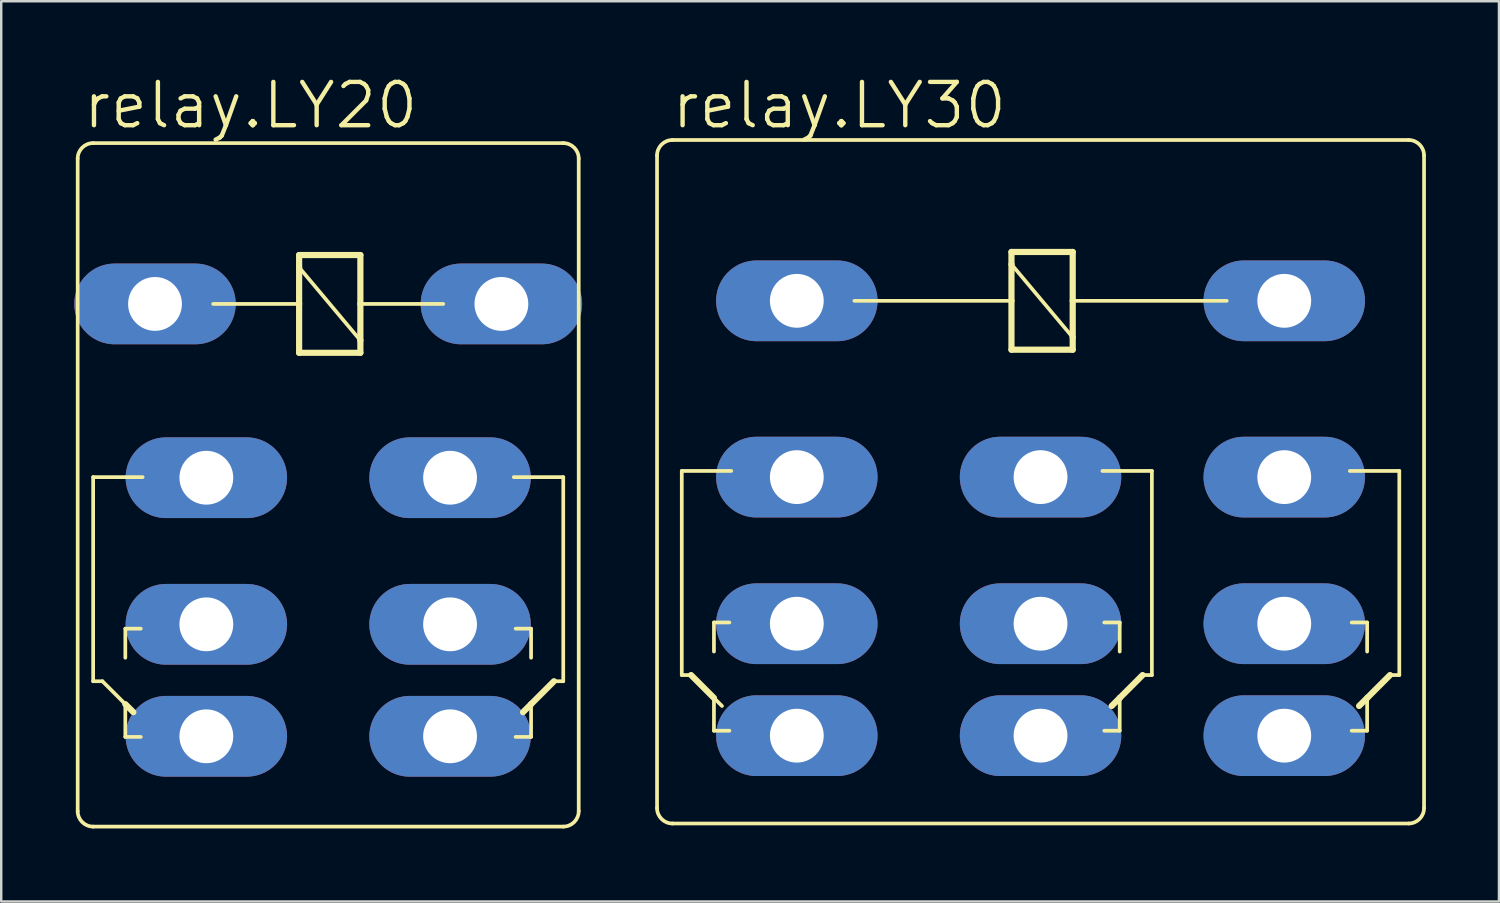
<source format=kicad_pcb>
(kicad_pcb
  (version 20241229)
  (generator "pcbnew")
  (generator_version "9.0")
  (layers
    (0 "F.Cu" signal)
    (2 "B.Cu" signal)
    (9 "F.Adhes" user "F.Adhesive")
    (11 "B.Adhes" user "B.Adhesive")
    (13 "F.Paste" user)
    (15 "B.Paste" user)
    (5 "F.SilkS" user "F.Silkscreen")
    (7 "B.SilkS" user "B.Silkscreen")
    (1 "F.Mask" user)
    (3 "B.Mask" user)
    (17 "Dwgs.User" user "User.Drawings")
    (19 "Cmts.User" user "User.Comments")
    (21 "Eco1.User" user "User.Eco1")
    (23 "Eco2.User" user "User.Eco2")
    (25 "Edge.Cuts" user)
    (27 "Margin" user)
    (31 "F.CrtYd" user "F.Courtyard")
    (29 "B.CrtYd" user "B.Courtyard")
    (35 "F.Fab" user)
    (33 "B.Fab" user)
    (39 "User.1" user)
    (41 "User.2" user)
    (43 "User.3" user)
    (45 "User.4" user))
  (footprint "relay.LY30"
    (layer "F.Cu")
    (at 39.678 9.303)
    (property "Reference" "relay.LY30" (at -15.24 -6.985 0) (layer "F.SilkS") (effects (font (size 1.778 1.778) (thickness 0.18)) (justify left bottom)))
    (attr through_hole)
    (fp_line (start -15.748 20.828) (end -15.748 -5.969) (stroke (width 0.152) (type default)) (layer "F.SilkS"))
    (fp_line (start -15.113 -6.604) (end 15.113 -6.604) (stroke (width 0.152) (type default)) (layer "F.SilkS"))
    (fp_line (start -14.732 6.985) (end -12.7 6.985) (stroke (width 0.152) (type default)) (layer "F.SilkS"))
    (fp_line (start -14.732 15.367) (end -14.732 6.985) (stroke (width 0.152) (type default)) (layer "F.SilkS"))
    (fp_line (start -14.732 15.367) (end -14.351 15.367) (stroke (width 0.152) (type default)) (layer "F.SilkS"))
    (fp_line (start -13.411 13.208) (end -12.776 13.208) (stroke (width 0.152) (type default)) (layer "F.SilkS"))
    (fp_line (start -13.411 14.402) (end -13.411 13.208) (stroke (width 0.152) (type default)) (layer "F.SilkS"))
    (fp_line (start -13.411 16.307) (end -14.351 15.367) (stroke (width 0.254) (type default)) (layer "F.SilkS"))
    (fp_line (start -13.411 16.307) (end -13.411 17.653) (stroke (width 0.152) (type default)) (layer "F.SilkS"))
    (fp_line (start -13.411 17.653) (end -12.776 17.653) (stroke (width 0.152) (type default)) (layer "F.SilkS"))
    (fp_line (start -13.081 16.637) (end -13.411 16.307) (stroke (width 0.152) (type default)) (layer "F.SilkS"))
    (fp_line (start -7.645 0) (end -1.194 0) (stroke (width 0.152) (type default)) (layer "F.SilkS"))
    (fp_line (start -1.194 -2.007) (end 1.321 -2.007) (stroke (width 0.254) (type default)) (layer "F.SilkS"))
    (fp_line (start -1.194 -1.499) (end -1.194 -2.007) (stroke (width 0.254) (type default)) (layer "F.SilkS"))
    (fp_line (start -1.194 -1.499) (end 1.321 1.499) (stroke (width 0.152) (type default)) (layer "F.SilkS"))
    (fp_line (start -1.194 0) (end -1.194 -1.499) (stroke (width 0.254) (type default)) (layer "F.SilkS"))
    (fp_line (start -1.194 2.007) (end -1.194 0) (stroke (width 0.254) (type default)) (layer "F.SilkS"))
    (fp_line (start 1.321 -2.007) (end 1.321 0) (stroke (width 0.254) (type default)) (layer "F.SilkS"))
    (fp_line (start 1.321 0) (end 1.321 1.499) (stroke (width 0.254) (type default)) (layer "F.SilkS"))
    (fp_line (start 1.321 0) (end 7.645 0) (stroke (width 0.152) (type default)) (layer "F.SilkS"))
    (fp_line (start 1.321 1.499) (end 1.321 2.007) (stroke (width 0.254) (type default)) (layer "F.SilkS"))
    (fp_line (start 1.321 2.007) (end -1.194 2.007) (stroke (width 0.254) (type default)) (layer "F.SilkS"))
    (fp_line (start 2.921 16.637) (end 3.251 16.307) (stroke (width 0.254) (type default)) (layer "F.SilkS"))
    (fp_line (start 3.251 13.208) (end 2.616 13.208) (stroke (width 0.152) (type default)) (layer "F.SilkS"))
    (fp_line (start 3.251 14.402) (end 3.251 13.208) (stroke (width 0.152) (type default)) (layer "F.SilkS"))
    (fp_line (start 3.251 16.307) (end 3.251 17.653) (stroke (width 0.152) (type default)) (layer "F.SilkS"))
    (fp_line (start 3.251 16.307) (end 4.191 15.367) (stroke (width 0.254) (type default)) (layer "F.SilkS"))
    (fp_line (start 3.251 17.653) (end 2.616 17.653) (stroke (width 0.152) (type default)) (layer "F.SilkS"))
    (fp_line (start 4.572 6.985) (end 2.54 6.985) (stroke (width 0.152) (type default)) (layer "F.SilkS"))
    (fp_line (start 4.572 15.367) (end 4.191 15.367) (stroke (width 0.152) (type default)) (layer "F.SilkS"))
    (fp_line (start 4.572 15.367) (end 4.572 6.985) (stroke (width 0.152) (type default)) (layer "F.SilkS"))
    (fp_line (start 13.081 16.637) (end 13.411 16.307) (stroke (width 0.254) (type default)) (layer "F.SilkS"))
    (fp_line (start 13.411 13.208) (end 12.776 13.208) (stroke (width 0.152) (type default)) (layer "F.SilkS"))
    (fp_line (start 13.411 14.402) (end 13.411 13.208) (stroke (width 0.152) (type default)) (layer "F.SilkS"))
    (fp_line (start 13.411 16.307) (end 13.411 17.653) (stroke (width 0.152) (type default)) (layer "F.SilkS"))
    (fp_line (start 13.411 16.307) (end 14.351 15.367) (stroke (width 0.254) (type default)) (layer "F.SilkS"))
    (fp_line (start 13.411 17.653) (end 12.776 17.653) (stroke (width 0.152) (type default)) (layer "F.SilkS"))
    (fp_line (start 14.732 6.985) (end 12.7 6.985) (stroke (width 0.152) (type default)) (layer "F.SilkS"))
    (fp_line (start 14.732 15.367) (end 14.351 15.367) (stroke (width 0.152) (type default)) (layer "F.SilkS"))
    (fp_line (start 14.732 15.367) (end 14.732 6.985) (stroke (width 0.152) (type default)) (layer "F.SilkS"))
    (fp_line (start 15.113 21.463) (end -15.113 21.463) (stroke (width 0.152) (type default)) (layer "F.SilkS"))
    (fp_line (start 15.748 -5.969) (end 15.748 20.828) (stroke (width 0.152) (type default)) (layer "F.SilkS"))
    (fp_arc (start -15.748 -5.969) (mid -15.562013 -6.418013) (end -15.113 -6.604) (stroke (width 0.1524) (type default)) (layer "F.SilkS"))
    (fp_arc (start -15.113 21.463) (mid -15.562013 21.277013) (end -15.748 20.828) (stroke (width 0.1524) (type default)) (layer "F.SilkS"))
    (fp_arc (start 15.113 -6.604) (mid 15.562013 -6.418013) (end 15.748 -5.969) (stroke (width 0.1524) (type default)) (layer "F.SilkS"))
    (fp_arc (start 15.748 20.828) (mid 15.562013 21.277013) (end 15.113 21.463) (stroke (width 0.1524) (type default)) (layer "F.SilkS"))
    (pad "1" thru_hole oval (at -10.008 0) (size 6.629 3.315) (drill 2.21) (layers "*.Cu" "*.Mask"))
    (pad "2" thru_hole oval (at 10.008 0) (size 6.629 3.315) (drill 2.21) (layers "*.Cu" "*.Mask"))
    (pad "O1" thru_hole oval (at -10.008 17.856) (size 6.629 3.315) (drill 2.21) (layers "*.Cu" "*.Mask"))
    (pad "O2" thru_hole oval (at 0 17.856) (size 6.629 3.315) (drill 2.21) (layers "*.Cu" "*.Mask"))
    (pad "O3" thru_hole oval (at 10.008 17.856) (size 6.629 3.315) (drill 2.21) (layers "*.Cu" "*.Mask"))
    (pad "P1" thru_hole oval (at -10.008 7.239) (size 6.629 3.315) (drill 2.21) (layers "*.Cu" "*.Mask"))
    (pad "P2" thru_hole oval (at 0 7.239) (size 6.629 3.315) (drill 2.21) (layers "*.Cu" "*.Mask"))
    (pad "P3" thru_hole oval (at 10.008 7.239) (size 6.629 3.315) (drill 2.21) (layers "*.Cu" "*.Mask"))
    (pad "S1" thru_hole oval (at -10.008 13.259) (size 6.629 3.315) (drill 2.21) (layers "*.Cu" "*.Mask"))
    (pad "S2" thru_hole oval (at 0 13.259) (size 6.629 3.315) (drill 2.21) (layers "*.Cu" "*.Mask"))
    (pad "S3" thru_hole oval (at 10.008 13.259) (size 6.629 3.315) (drill 2.21) (layers "*.Cu" "*.Mask")))
  (footprint "relay.LY20"
    (layer "F.Cu")
    (at 10.427 9.43)
    (property "Reference" "relay.LY20" (at -10.16 -7.112 0) (layer "F.SilkS") (effects (font (size 1.778 1.778) (thickness 0.18)) (justify left bottom)))
    (attr through_hole)
    (fp_line (start -10.287 20.828) (end -10.287 -5.969) (stroke (width 0.152) (type default)) (layer "F.SilkS"))
    (fp_line (start -9.652 -6.604) (end 9.652 -6.604) (stroke (width 0.152) (type default)) (layer "F.SilkS"))
    (fp_line (start -9.652 7.112) (end -7.62 7.112) (stroke (width 0.152) (type default)) (layer "F.SilkS"))
    (fp_line (start -9.652 15.494) (end -9.652 7.112) (stroke (width 0.152) (type default)) (layer "F.SilkS"))
    (fp_line (start -9.652 15.494) (end -9.271 15.494) (stroke (width 0.152) (type default)) (layer "F.SilkS"))
    (fp_line (start -8.331 13.335) (end -7.696 13.335) (stroke (width 0.152) (type default)) (layer "F.SilkS"))
    (fp_line (start -8.331 14.529) (end -8.331 13.335) (stroke (width 0.152) (type default)) (layer "F.SilkS"))
    (fp_line (start -8.331 16.434) (end -9.271 15.494) (stroke (width 0.152) (type default)) (layer "F.SilkS"))
    (fp_line (start -8.331 16.434) (end -8.331 17.78) (stroke (width 0.152) (type default)) (layer "F.SilkS"))
    (fp_line (start -8.331 17.78) (end -7.696 17.78) (stroke (width 0.152) (type default)) (layer "F.SilkS"))
    (fp_line (start -8.001 16.764) (end -8.331 16.434) (stroke (width 0.254) (type default)) (layer "F.SilkS"))
    (fp_line (start -4.724 0) (end -1.194 0) (stroke (width 0.152) (type default)) (layer "F.SilkS"))
    (fp_line (start -1.194 -2.007) (end 1.321 -2.007) (stroke (width 0.254) (type default)) (layer "F.SilkS"))
    (fp_line (start -1.194 -1.499) (end -1.194 -2.007) (stroke (width 0.254) (type default)) (layer "F.SilkS"))
    (fp_line (start -1.194 -1.499) (end 1.321 1.499) (stroke (width 0.152) (type default)) (layer "F.SilkS"))
    (fp_line (start -1.194 0) (end -1.194 -1.499) (stroke (width 0.254) (type default)) (layer "F.SilkS"))
    (fp_line (start -1.194 2.007) (end -1.194 0) (stroke (width 0.254) (type default)) (layer "F.SilkS"))
    (fp_line (start 1.321 -2.007) (end 1.321 0) (stroke (width 0.254) (type default)) (layer "F.SilkS"))
    (fp_line (start 1.321 0) (end 1.321 1.499) (stroke (width 0.254) (type default)) (layer "F.SilkS"))
    (fp_line (start 1.321 0) (end 4.724 0) (stroke (width 0.152) (type default)) (layer "F.SilkS"))
    (fp_line (start 1.321 1.499) (end 1.321 2.007) (stroke (width 0.254) (type default)) (layer "F.SilkS"))
    (fp_line (start 1.321 2.007) (end -1.194 2.007) (stroke (width 0.254) (type default)) (layer "F.SilkS"))
    (fp_line (start 8.001 16.764) (end 8.331 16.434) (stroke (width 0.254) (type default)) (layer "F.SilkS"))
    (fp_line (start 8.331 13.335) (end 7.696 13.335) (stroke (width 0.152) (type default)) (layer "F.SilkS"))
    (fp_line (start 8.331 14.529) (end 8.331 13.335) (stroke (width 0.152) (type default)) (layer "F.SilkS"))
    (fp_line (start 8.331 16.434) (end 8.331 17.78) (stroke (width 0.152) (type default)) (layer "F.SilkS"))
    (fp_line (start 8.331 16.434) (end 9.271 15.494) (stroke (width 0.254) (type default)) (layer "F.SilkS"))
    (fp_line (start 8.331 17.78) (end 7.696 17.78) (stroke (width 0.152) (type default)) (layer "F.SilkS"))
    (fp_line (start 9.652 7.112) (end 7.62 7.112) (stroke (width 0.152) (type default)) (layer "F.SilkS"))
    (fp_line (start 9.652 15.494) (end 9.271 15.494) (stroke (width 0.152) (type default)) (layer "F.SilkS"))
    (fp_line (start 9.652 15.494) (end 9.652 7.112) (stroke (width 0.152) (type default)) (layer "F.SilkS"))
    (fp_line (start 9.652 21.463) (end -9.652 21.463) (stroke (width 0.152) (type default)) (layer "F.SilkS"))
    (fp_line (start 10.287 -5.969) (end 10.287 20.828) (stroke (width 0.152) (type default)) (layer "F.SilkS"))
    (fp_arc (start -10.287 -5.969) (mid -10.101013 -6.418013) (end -9.652 -6.604) (stroke (width 0.1524) (type default)) (layer "F.SilkS"))
    (fp_arc (start -9.652 21.463) (mid -10.101013 21.277013) (end -10.287 20.828) (stroke (width 0.1524) (type default)) (layer "F.SilkS"))
    (fp_arc (start 9.652 -6.604) (mid 10.101013 -6.418013) (end 10.287 -5.969) (stroke (width 0.1524) (type default)) (layer "F.SilkS"))
    (fp_arc (start 10.287 20.828) (mid 10.101013 21.277013) (end 9.652 21.463) (stroke (width 0.1524) (type default)) (layer "F.SilkS"))
    (pad "1" thru_hole oval (at -7.112 0) (size 6.629 3.315) (drill 2.21) (layers "*.Cu" "*.Mask"))
    (pad "2" thru_hole oval (at 7.112 0) (size 6.629 3.315) (drill 2.21) (layers "*.Cu" "*.Mask"))
    (pad "O1" thru_hole oval (at -5.004 17.755) (size 6.629 3.315) (drill 2.21) (layers "*.Cu" "*.Mask"))
    (pad "O2" thru_hole oval (at 5.004 17.755) (size 6.629 3.315) (drill 2.21) (layers "*.Cu" "*.Mask"))
    (pad "P1" thru_hole oval (at -5.004 7.137) (size 6.629 3.315) (drill 2.21) (layers "*.Cu" "*.Mask"))
    (pad "P2" thru_hole oval (at 5.004 7.137) (size 6.629 3.315) (drill 2.21) (layers "*.Cu" "*.Mask"))
    (pad "S1" thru_hole oval (at -5.004 13.157) (size 6.629 3.315) (drill 2.21) (layers "*.Cu" "*.Mask"))
    (pad "S2" thru_hole oval (at 5.004 13.157) (size 6.629 3.315) (drill 2.21) (layers "*.Cu" "*.Mask")))
  (gr_rect
    (start -3 -3)
    (end 58.502 33.969)
    (stroke (width 0.1) (type default))
    (fill no)
    (layer "Edge.Cuts")))
</source>
